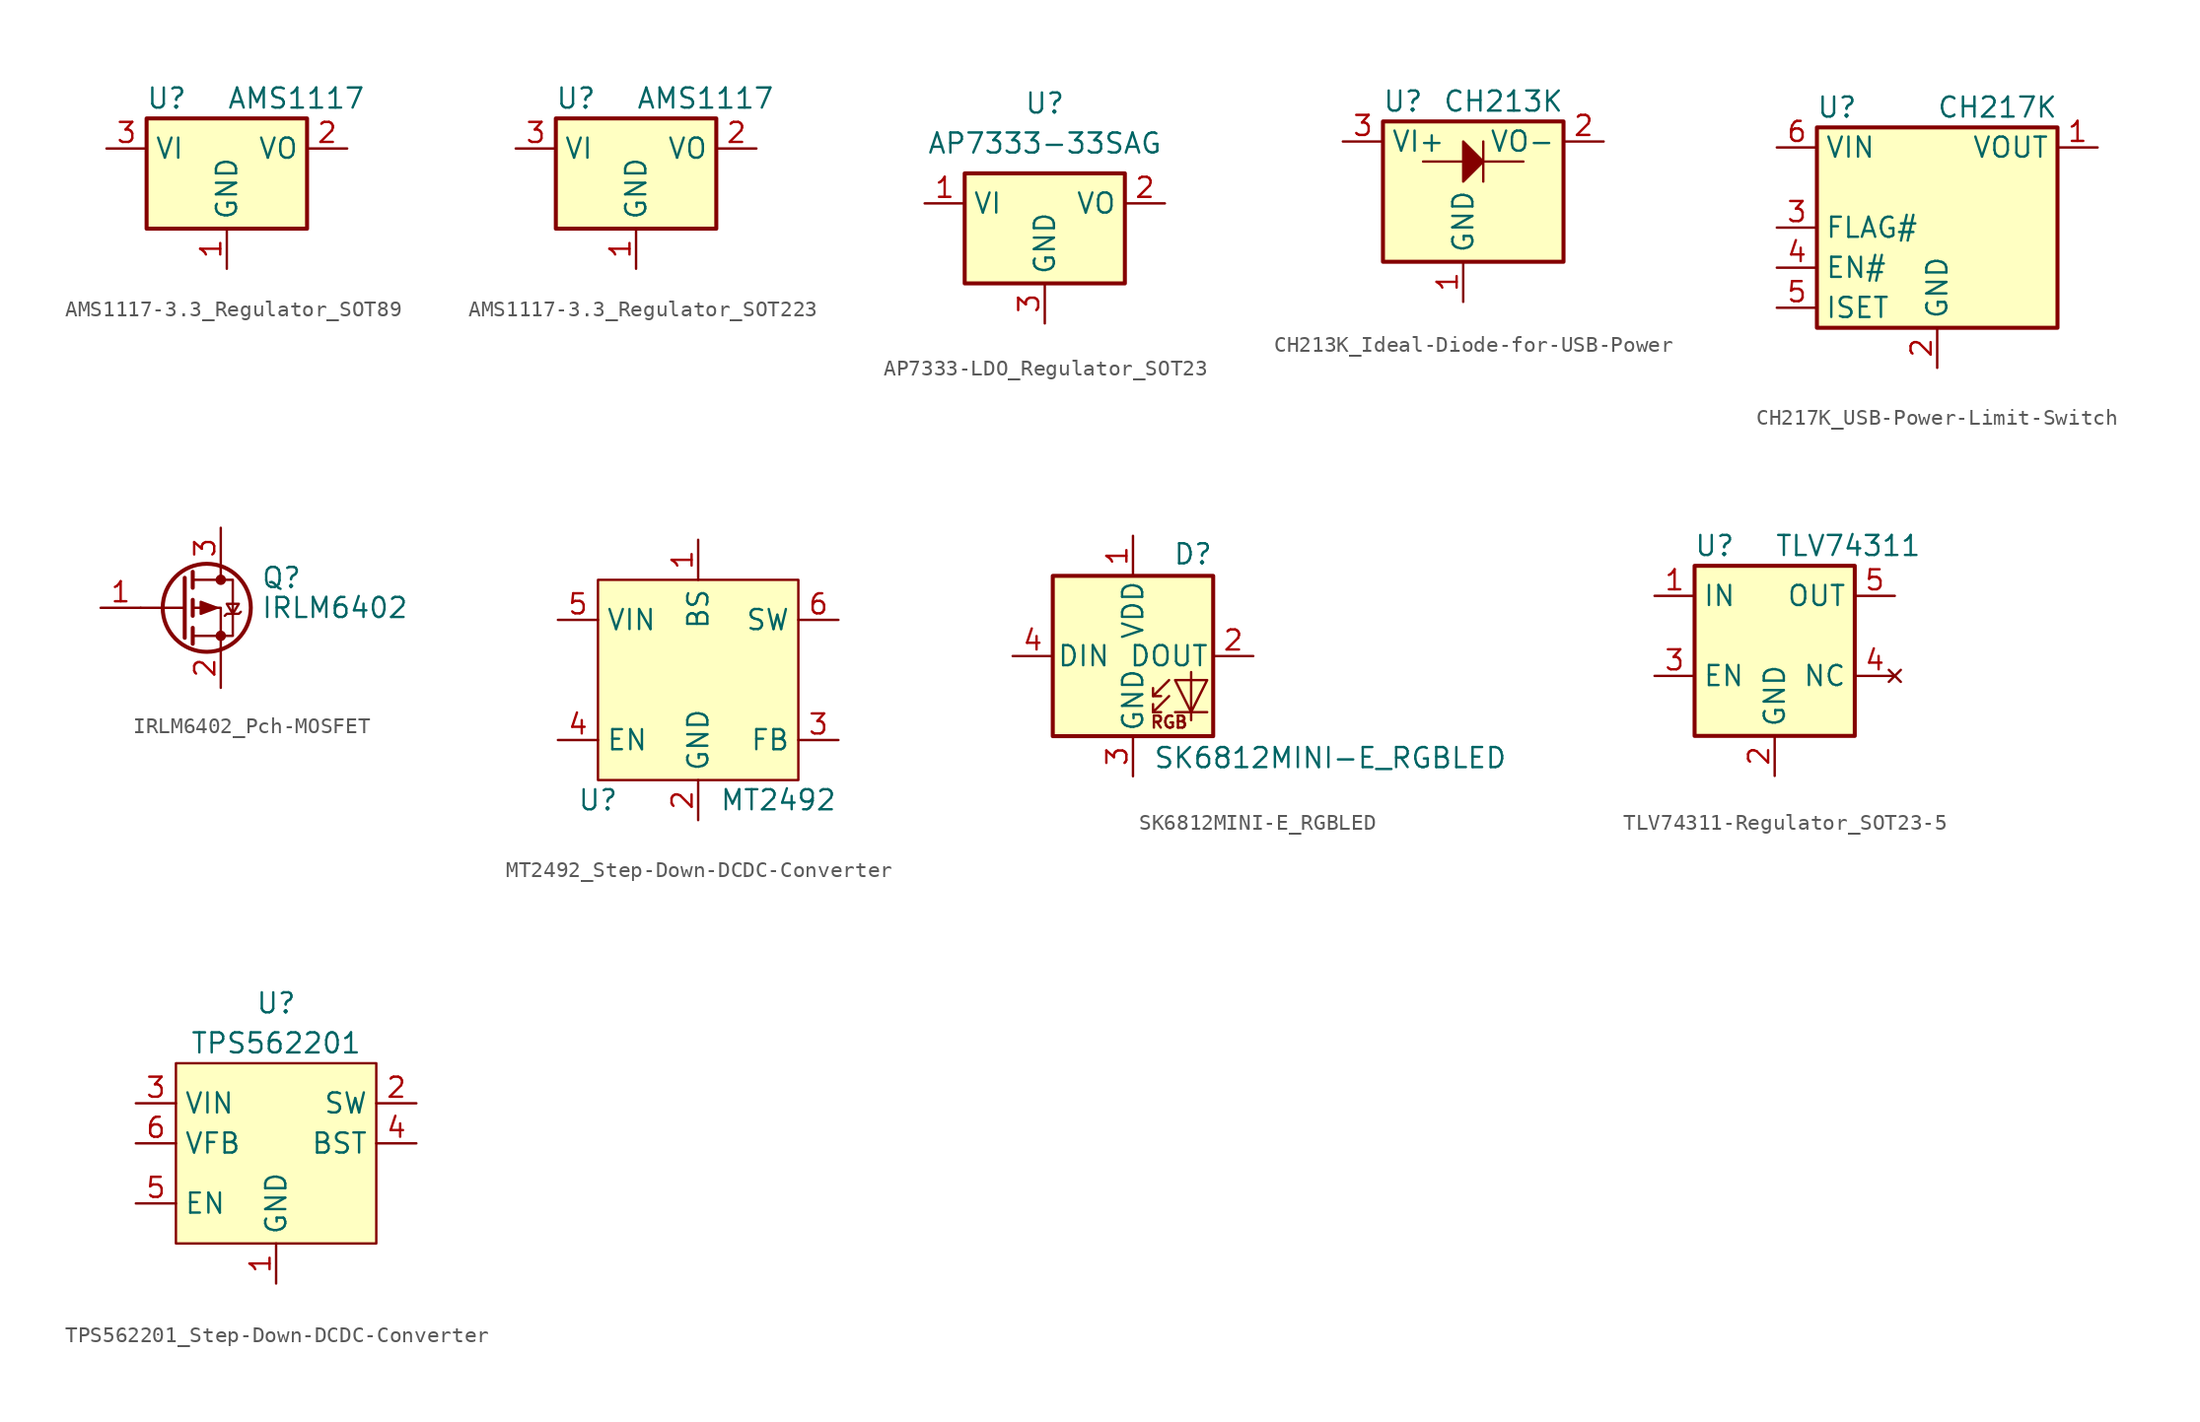
<source format=kicad_sym>
(kicad_symbol_lib
  (version 20231120)
  (generator "kicad_symbol_editor")
  (generator_version "8.0")
  (symbol "AMS1117-3.3_Regulator_SOT89"
    (property "Reference" "U"
      (at -3.81 3.175 0)
      (effects (font (size 1.27 1.27))))
    (property "Value" "AMS1117"
      (at 0 3.175 0)
      (effects (font (size 1.27 1.27)) (justify left)))
    (symbol "AMS1117-3.3_Regulator_SOT89_0_1"
      (rectangle (start -5.08 1.905) (end 5.08 -5.08) (stroke (width 0.254) (type default)) (fill (type background))))
    (symbol "AMS1117-3.3_Regulator_SOT89_1_1"
      (pin power_in line (at 0 -7.62 90) (length 2.54) (name "GND" (effects (font (size 1.27 1.27)))) (number "1" (effects (font (size 1.27 1.27)))))
      (pin power_out line (at 7.62 0 180) (length 2.54) (name "VO" (effects (font (size 1.27 1.27)))) (number "2" (effects (font (size 1.27 1.27)))))
      (pin power_in line (at -7.62 0 0) (length 2.54) (name "VI" (effects (font (size 1.27 1.27)))) (number "3" (effects (font (size 1.27 1.27)))))))
  (symbol "AMS1117-3.3_Regulator_SOT223"
    (property "Reference" "U"
      (at -3.81 3.175 0)
      (effects (font (size 1.27 1.27))))
    (property "Value" "AMS1117"
      (at 0 3.175 0)
      (effects (font (size 1.27 1.27)) (justify left)))
    (symbol "AMS1117-3.3_Regulator_SOT223_0_1"
      (rectangle (start -5.08 1.905) (end 5.08 -5.08) (stroke (width 0.254) (type default)) (fill (type background))))
    (symbol "AMS1117-3.3_Regulator_SOT223_1_1"
      (pin power_in line (at 0 -7.62 90) (length 2.54) (name "GND" (effects (font (size 1.27 1.27)))) (number "1" (effects (font (size 1.27 1.27)))))
      (pin power_out line (at 7.62 0 180) (length 2.54) (name "VO" (effects (font (size 1.27 1.27)))) (number "2" (effects (font (size 1.27 1.27)))))
      (pin power_in line (at -7.62 0 0) (length 2.54) (name "VI" (effects (font (size 1.27 1.27)))) (number "3" (effects (font (size 1.27 1.27)))))))
  (symbol "AP7333-LDO_Regulator_SOT23"
    (property "Reference" "U"
      (at 0 6.35 0)
      (effects (font (size 1.27 1.27))))
    (property "Value" "AP7333-33SAG"
      (at 0 3.81 0)
      (effects (font (size 1.27 1.27))))
    (symbol "AP7333-LDO_Regulator_SOT23_0_1"
      (rectangle (start -5.08 1.905) (end 5.08 -5.08) (stroke (width 0.254) (type default)) (fill (type background))))
    (symbol "AP7333-LDO_Regulator_SOT23_1_1"
      (pin power_in line (at -7.62 0 0) (length 2.54) (name "VI" (effects (font (size 1.27 1.27)))) (number "1" (effects (font (size 1.27 1.27)))))
      (pin power_out line (at 7.62 0 180) (length 2.54) (name "VO" (effects (font (size 1.27 1.27)))) (number "2" (effects (font (size 1.27 1.27)))))
      (pin power_in line (at 0 -7.62 90) (length 2.54) (name "GND" (effects (font (size 1.27 1.27)))) (number "3" (effects (font (size 1.27 1.27)))))))
  (symbol "CH213K_Ideal-Diode-for-USB-Power"
    (property "Reference" "U"
      (at -3.81 6.35 0)
      (effects (font (size 1.27 1.27))))
    (property "Value" "CH213K"
      (at 2.54 6.35 0)
      (effects (font (size 1.27 1.27))))
    (symbol "CH213K_Ideal-Diode-for-USB-Power_0_1"
      (polyline (pts (xy -2.54 2.54) (xy 3.81 2.54)) (stroke (width 0) (type default)) (fill (type none)))
      (polyline (pts (xy 1.27 3.81) (xy 1.27 1.27)) (stroke (width 0) (type default)) (fill (type none))))
    (symbol "CH213K_Ideal-Diode-for-USB-Power_1_1"
      (rectangle (start -5.08 5.08) (end 6.35 -3.81) (stroke (width 0.254) (type default)) (fill (type background)))
      (polyline (pts (xy 0 3.81) (xy 0 1.27) (xy 1.27 2.54) (xy 0 3.81)) (stroke (width 0) (type default)) (fill (type outline)))
      (pin power_in line (at 0 -6.35 90) (length 2.54) (name "GND" (effects (font (size 1.27 1.27)))) (number "1" (effects (font (size 1.27 1.27)))))
      (pin power_out line (at 8.89 3.81 180) (length 2.54) (name "VO-" (effects (font (size 1.27 1.27)))) (number "2" (effects (font (size 1.27 1.27)))))
      (pin power_in line (at -7.62 3.81 0) (length 2.54) (name "VI+" (effects (font (size 1.27 1.27)))) (number "3" (effects (font (size 1.27 1.27)))))))
  (symbol "CH217K_USB-Power-Limit-Switch"
    (property "Reference" "U"
      (at -6.35 5.08 0)
      (effects (font (size 1.27 1.27))))
    (property "Value" "CH217K"
      (at 3.81 5.08 0)
      (effects (font (size 1.27 1.27))))
    (symbol "CH217K_USB-Power-Limit-Switch_1_1"
      (rectangle (start -7.62 3.81) (end 7.62 -8.89) (stroke (width 0.254) (type default)) (fill (type background)))
      (pin power_out line (at 10.16 2.54 180) (length 2.54) (name "VOUT" (effects (font (size 1.27 1.27)))) (number "1" (effects (font (size 1.27 1.27)))))
      (pin power_in line (at 0 -11.43 90) (length 2.54) (name "GND" (effects (font (size 1.27 1.27)))) (number "2" (effects (font (size 1.27 1.27)))))
      (pin input line (at -10.16 -2.54 0) (length 2.54) (name "FLAG#" (effects (font (size 1.27 1.27)))) (number "3" (effects (font (size 1.27 1.27)))))
      (pin input line (at -10.16 -5.08 0) (length 2.54) (name "EN#" (effects (font (size 1.27 1.27)))) (number "4" (effects (font (size 1.27 1.27)))))
      (pin input line (at -10.16 -7.62 0) (length 2.54) (name "ISET" (effects (font (size 1.27 1.27)))) (number "5" (effects (font (size 1.27 1.27)))))
      (pin power_in line (at -10.16 2.54 0) (length 2.54) (name "VIN" (effects (font (size 1.27 1.27)))) (number "6" (effects (font (size 1.27 1.27)))))))
  (symbol "IRLM6402_Pch-MOSFET"
    (pin_names hide)
    (property "Reference" "Q"
      (at 5.08 1.905 0)
      (effects (font (size 1.27 1.27)) (justify left)))
    (property "Value" "IRLM6402"
      (at 5.08 0 0)
      (effects (font (size 1.27 1.27)) (justify left)))
    (symbol "IRLM6402_Pch-MOSFET_0_1"
      (polyline (pts (xy 0.254 0) (xy -2.54 0)) (stroke (width 0) (type default)) (fill (type none)))
      (polyline (pts (xy 0.254 1.905) (xy 0.254 -1.905)) (stroke (width 0.254) (type default)) (fill (type none)))
      (polyline (pts (xy 0.762 -1.27) (xy 0.762 -2.286)) (stroke (width 0.254) (type default)) (fill (type none)))
      (polyline (pts (xy 0.762 0.508) (xy 0.762 -0.508)) (stroke (width 0.254) (type default)) (fill (type none)))
      (polyline (pts (xy 0.762 2.286) (xy 0.762 1.27)) (stroke (width 0.254) (type default)) (fill (type none)))
      (polyline (pts (xy 2.54 2.54) (xy 2.54 1.778)) (stroke (width 0) (type default)) (fill (type none)))
      (polyline (pts (xy 2.54 -2.54) (xy 2.54 0) (xy 0.762 0)) (stroke (width 0) (type default)) (fill (type none)))
      (polyline (pts (xy 0.762 1.778) (xy 3.302 1.778) (xy 3.302 -1.778) (xy 0.762 -1.778)) (stroke (width 0) (type default)) (fill (type none)))
      (polyline (pts (xy 2.286 0) (xy 1.27 0.381) (xy 1.27 -0.381) (xy 2.286 0)) (stroke (width 0) (type default)) (fill (type outline)))
      (polyline (pts (xy 2.794 -0.508) (xy 2.921 -0.381) (xy 3.683 -0.381) (xy 3.81 -0.254)) (stroke (width 0) (type default)) (fill (type none)))
      (polyline (pts (xy 3.302 -0.381) (xy 2.921 0.254) (xy 3.683 0.254) (xy 3.302 -0.381)) (stroke (width 0) (type default)) (fill (type none)))
      (circle (center 1.651 0) (radius 2.794) (stroke (width 0.254) (type default)) (fill (type none)))
      (circle (center 2.54 -1.778) (radius 0.254) (stroke (width 0) (type default)) (fill (type outline)))
      (circle (center 2.54 1.778) (radius 0.254) (stroke (width 0) (type default)) (fill (type outline))))
    (symbol "IRLM6402_Pch-MOSFET_1_1"
      (pin input line (at -5.08 0 0) (length 2.54) (name "G" (effects (font (size 1.27 1.27)))) (number "1" (effects (font (size 1.27 1.27)))))
      (pin passive line (at 2.54 -5.08 90) (length 2.54) (name "S" (effects (font (size 1.27 1.27)))) (number "2" (effects (font (size 1.27 1.27)))))
      (pin passive line (at 2.54 5.08 270) (length 2.54) (name "D" (effects (font (size 1.27 1.27)))) (number "3" (effects (font (size 1.27 1.27)))))))
  (symbol "MT2492_Step-Down-DCDC-Converter"
    (property "Reference" "U"
      (at -6.35 -10.16 0)
      (effects (font (size 1.27 1.27))))
    (property "Value" "MT2492"
      (at 5.08 -10.16 0)
      (effects (font (size 1.27 1.27))))
    (symbol "MT2492_Step-Down-DCDC-Converter_1_1"
      (rectangle (start -6.35 3.81) (end 6.35 -8.89) (stroke (width 0) (type default)) (fill (type background)))
      (pin power_out line (at 0 6.35 270) (length 2.54) (name "BS" (effects (font (size 1.27 1.27)))) (number "1" (effects (font (size 1.27 1.27)))))
      (pin power_in line (at 0 -11.43 90) (length 2.54) (name "GND" (effects (font (size 1.27 1.27)))) (number "2" (effects (font (size 1.27 1.27)))))
      (pin input line (at 8.89 -6.35 180) (length 2.54) (name "FB" (effects (font (size 1.27 1.27)))) (number "3" (effects (font (size 1.27 1.27)))))
      (pin input line (at -8.89 -6.35 0) (length 2.54) (name "EN" (effects (font (size 1.27 1.27)))) (number "4" (effects (font (size 1.27 1.27)))))
      (pin power_in line (at -8.89 1.27 0) (length 2.54) (name "VIN" (effects (font (size 1.27 1.27)))) (number "5" (effects (font (size 1.27 1.27)))))
      (pin power_out line (at 8.89 1.27 180) (length 2.54) (name "SW" (effects (font (size 1.27 1.27)))) (number "6" (effects (font (size 1.27 1.27)))))))
  (symbol "SK6812MINI-E_RGBLED"
    (pin_names
      (offset 0.254))
    (property "Reference" "D"
      (at 5.08 5.715 0)
      (effects (font (size 1.27 1.27)) (justify right bottom)))
    (property "Value" "SK6812MINI-E_RGBLED"
      (at 1.27 -5.715 0)
      (effects (font (size 1.27 1.27)) (justify left top)))
    (symbol "SK6812MINI-E_RGBLED_0_0"
      (text "RGB" (at 2.286 -4.191 0) (effects (font (size 0.762 0.762)))))
    (symbol "SK6812MINI-E_RGBLED_0_1"
      (polyline (pts (xy 1.27 -3.556) (xy 1.778 -3.556)) (stroke (width 0) (type default)) (fill (type none)))
      (polyline (pts (xy 1.27 -2.54) (xy 1.778 -2.54)) (stroke (width 0) (type default)) (fill (type none)))
      (polyline (pts (xy 4.699 -3.556) (xy 2.667 -3.556)) (stroke (width 0) (type default)) (fill (type none)))
      (polyline (pts (xy 2.286 -2.54) (xy 1.27 -3.556) (xy 1.27 -3.048)) (stroke (width 0) (type default)) (fill (type none)))
      (polyline (pts (xy 2.286 -1.524) (xy 1.27 -2.54) (xy 1.27 -2.032)) (stroke (width 0) (type default)) (fill (type none)))
      (polyline (pts (xy 3.683 -1.016) (xy 3.683 -3.556) (xy 3.683 -4.064)) (stroke (width 0) (type default)) (fill (type none)))
      (polyline (pts (xy 4.699 -1.524) (xy 2.667 -1.524) (xy 3.683 -3.556) (xy 4.699 -1.524)) (stroke (width 0) (type default)) (fill (type none)))
      (rectangle (start 5.08 5.08) (end -5.08 -5.08) (stroke (width 0.254) (type default)) (fill (type background))))
    (symbol "SK6812MINI-E_RGBLED_1_1"
      (pin power_in line (at 0 7.62 270) (length 2.54) (name "VDD" (effects (font (size 1.27 1.27)))) (number "1" (effects (font (size 1.27 1.27)))))
      (pin output line (at 7.62 0 180) (length 2.54) (name "DOUT" (effects (font (size 1.27 1.27)))) (number "2" (effects (font (size 1.27 1.27)))))
      (pin power_in line (at 0 -7.62 90) (length 2.54) (name "GND" (effects (font (size 1.27 1.27)))) (number "3" (effects (font (size 1.27 1.27)))))
      (pin input line (at -7.62 0 0) (length 2.54) (name "DIN" (effects (font (size 1.27 1.27)))) (number "4" (effects (font (size 1.27 1.27)))))))
  (symbol "TLV74311-Regulator_SOT23-5"
    (property "Reference" "U"
      (at -3.81 3.175 0)
      (effects (font (size 1.27 1.27))))
    (property "Value" "TLV74311"
      (at 0 3.175 0)
      (effects (font (size 1.27 1.27)) (justify left)))
    (symbol "TLV74311-Regulator_SOT23-5_0_1"
      (rectangle (start -5.08 1.905) (end 5.08 -8.89) (stroke (width 0.254) (type default)) (fill (type background))))
    (symbol "TLV74311-Regulator_SOT23-5_1_1"
      (pin power_in line (at -7.62 0 0) (length 2.54) (name "IN" (effects (font (size 1.27 1.27)))) (number "1" (effects (font (size 1.27 1.27)))))
      (pin power_in line (at 0 -11.43 90) (length 2.54) (name "GND" (effects (font (size 1.27 1.27)))) (number "2" (effects (font (size 1.27 1.27)))))
      (pin power_in line (at -7.62 -5.08 0) (length 2.54) (name "EN" (effects (font (size 1.27 1.27)))) (number "3" (effects (font (size 1.27 1.27)))))
      (pin no_connect line (at 7.62 -5.08 180) (length 2.54) (name "NC" (effects (font (size 1.27 1.27)))) (number "4" (effects (font (size 1.27 1.27)))))
      (pin power_out line (at 7.62 0 180) (length 2.54) (name "OUT" (effects (font (size 1.27 1.27)))) (number "5" (effects (font (size 1.27 1.27)))))))
  (symbol "TPS562201_Step-Down-DCDC-Converter"
    (property "Reference" "U"
      (at 0 7.62 0)
      (effects (font (size 1.27 1.27))))
    (property "Value" "TPS562201"
      (at 0 5.08 0)
      (effects (font (size 1.27 1.27))))
    (symbol "TPS562201_Step-Down-DCDC-Converter_1_1"
      (rectangle (start -6.35 3.81) (end 6.35 -7.62) (stroke (width 0) (type default)) (fill (type background)))
      (pin power_in line (at 0 -10.16 90) (length 2.54) (name "GND" (effects (font (size 1.27 1.27)))) (number "1" (effects (font (size 1.27 1.27)))))
      (pin power_out line (at 8.89 1.27 180) (length 2.54) (name "SW" (effects (font (size 1.27 1.27)))) (number "2" (effects (font (size 1.27 1.27)))))
      (pin power_in line (at -8.89 1.27 0) (length 2.54) (name "VIN" (effects (font (size 1.27 1.27)))) (number "3" (effects (font (size 1.27 1.27)))))
      (pin power_out line (at 8.89 -1.27 180) (length 2.54) (name "BST" (effects (font (size 1.27 1.27)))) (number "4" (effects (font (size 1.27 1.27)))))
      (pin input line (at -8.89 -5.08 0) (length 2.54) (name "EN" (effects (font (size 1.27 1.27)))) (number "5" (effects (font (size 1.27 1.27)))))
      (pin input line (at -8.89 -1.27 0) (length 2.54) (name "VFB" (effects (font (size 1.27 1.27)))) (number "6" (effects (font (size 1.27 1.27))))))))
</source>
